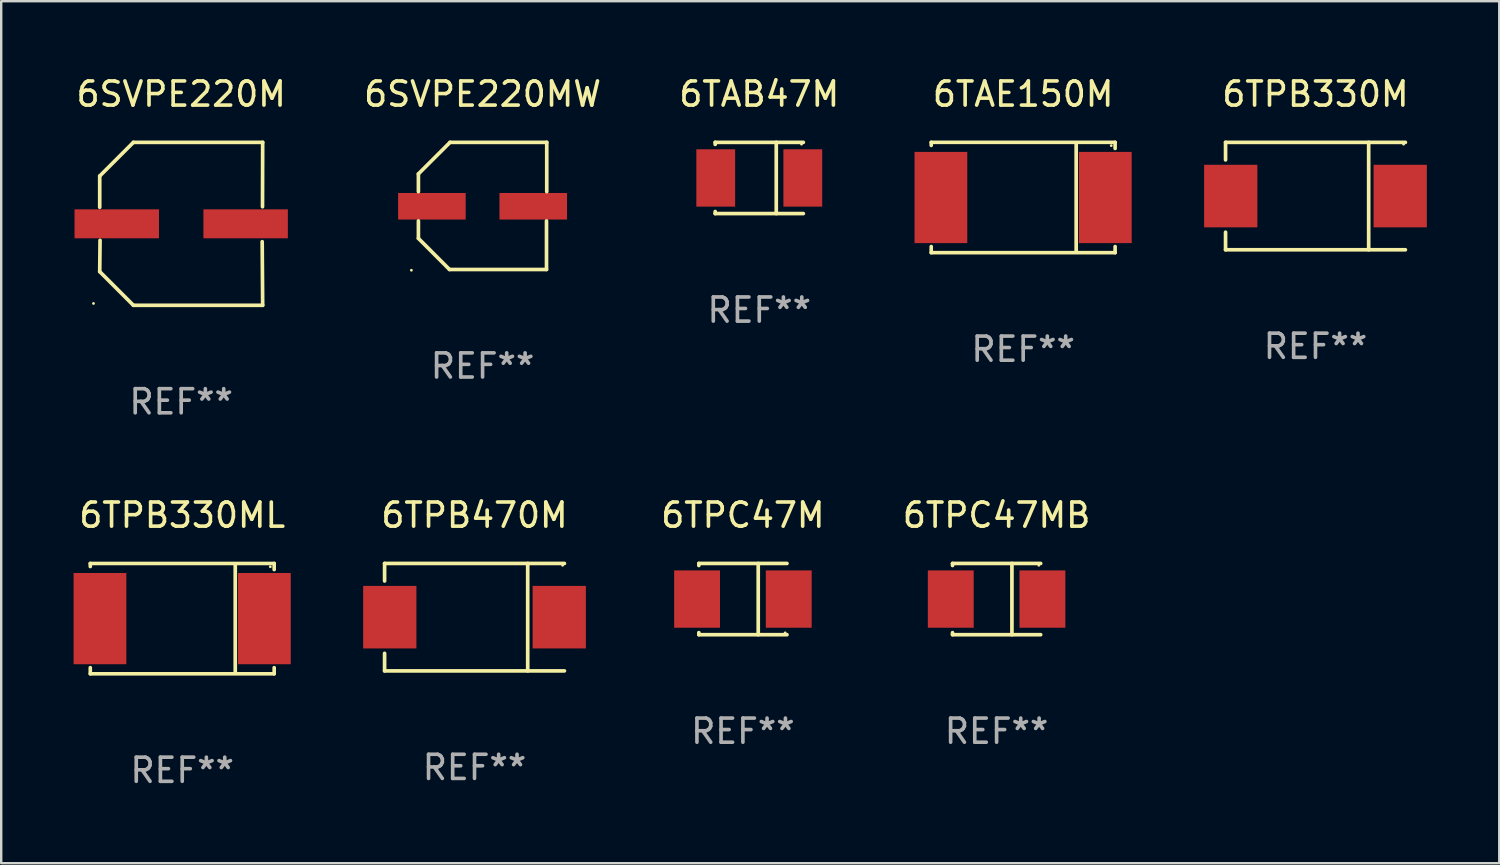
<source format=kicad_pcb>
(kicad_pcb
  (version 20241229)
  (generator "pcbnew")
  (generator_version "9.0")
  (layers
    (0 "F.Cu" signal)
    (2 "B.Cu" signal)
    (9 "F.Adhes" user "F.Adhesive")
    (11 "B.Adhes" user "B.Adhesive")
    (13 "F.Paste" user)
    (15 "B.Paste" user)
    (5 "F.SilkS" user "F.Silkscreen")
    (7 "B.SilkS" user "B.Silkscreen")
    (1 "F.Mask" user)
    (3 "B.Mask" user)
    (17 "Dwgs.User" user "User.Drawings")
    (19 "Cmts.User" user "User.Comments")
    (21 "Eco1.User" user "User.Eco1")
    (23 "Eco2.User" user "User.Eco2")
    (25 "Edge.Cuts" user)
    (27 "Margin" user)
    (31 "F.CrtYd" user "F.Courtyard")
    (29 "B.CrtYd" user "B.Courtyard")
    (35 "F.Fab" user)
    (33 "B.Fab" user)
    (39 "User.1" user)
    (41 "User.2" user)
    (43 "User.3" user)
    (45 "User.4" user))
  (footprint "6TPC47MB"
    (layer "F.Cu")
    (at 38.245 21.773)
    (property "Reference" "6TPC47MB" (at 0 -3.476 0) (layer "F.SilkS") (effects (font (size 1 1) (thickness 0.15))))
    (attr through_hole)
    (fp_line (start -1.826 -1.476) (end -1.826 -1.391) (stroke (width 0.152) (type solid)) (layer "F.SilkS"))
    (fp_line (start -1.826 -1.476) (end 1.826 -1.476) (stroke (width 0.152) (type solid)) (layer "F.SilkS"))
    (fp_line (start -1.826 1.476) (end -1.826 1.391) (stroke (width 0.152) (type solid)) (layer "F.SilkS"))
    (fp_line (start -1.826 1.476) (end 1.826 1.476) (stroke (width 0.152) (type solid)) (layer "F.SilkS"))
    (fp_line (start 0.635 -1.476) (end 0.635 1.476) (stroke (width 0.152) (type solid)) (layer "F.SilkS"))
    (fp_circle (center 1.75 -1.4) (end 1.78 -1.4) (stroke (width 0.06) (type solid)) (fill no) (layer "F.SilkS"))
    (fp_text user "REF**" (at 0 5.476 0) (layer "F.Fab") (effects (font (size 1 1) (thickness 0.15))))
    (pad "1" smd rect (at 1.899 0) (size 1.9 2.376) (layers "F.Cu" "F.Mask" "F.Paste"))
    (pad "2" smd rect (at -1.899 0) (size 1.9 2.376) (layers "F.Cu" "F.Mask" "F.Paste")))
  (footprint "6TAB47M"
    (layer "F.Cu")
    (at 28.411 4.324)
    (property "Reference" "6TAB47M" (at 0 -3.476 0) (layer "F.SilkS") (effects (font (size 1 1) (thickness 0.15))))
    (attr through_hole)
    (fp_line (start -1.826 -1.476) (end -1.826 -1.391) (stroke (width 0.152) (type solid)) (layer "F.SilkS"))
    (fp_line (start -1.826 -1.476) (end 1.826 -1.476) (stroke (width 0.152) (type solid)) (layer "F.SilkS"))
    (fp_line (start -1.826 1.476) (end -1.826 1.391) (stroke (width 0.152) (type solid)) (layer "F.SilkS"))
    (fp_line (start -1.826 1.476) (end 1.826 1.476) (stroke (width 0.152) (type solid)) (layer "F.SilkS"))
    (fp_line (start 0.704 -1.476) (end 0.704 1.476) (stroke (width 0.152) (type solid)) (layer "F.SilkS"))
    (fp_circle (center 1.75 -1.4) (end 1.78 -1.4) (stroke (width 0.06) (type solid)) (fill no) (layer "F.SilkS"))
    (fp_text user "REF**" (at 0 5.476 0) (layer "F.Fab") (effects (font (size 1 1) (thickness 0.15))))
    (pad "1" smd rect (at 1.804 0) (size 1.607 2.376) (layers "F.Cu" "F.Mask" "F.Paste"))
    (pad "2" smd rect (at -1.804 0) (size 1.607 2.376) (layers "F.Cu" "F.Mask" "F.Paste")))
  (footprint "6TPC47M"
    (layer "F.Cu")
    (at 27.733 21.773)
    (property "Reference" "6TPC47M" (at 0 -3.476 0) (layer "F.SilkS") (effects (font (size 1 1) (thickness 0.15))))
    (attr through_hole)
    (fp_line (start -1.826 -1.476) (end -1.826 -1.391) (stroke (width 0.152) (type solid)) (layer "F.SilkS"))
    (fp_line (start -1.826 -1.476) (end 1.826 -1.476) (stroke (width 0.152) (type solid)) (layer "F.SilkS"))
    (fp_line (start -1.826 1.476) (end -1.826 1.391) (stroke (width 0.152) (type solid)) (layer "F.SilkS"))
    (fp_line (start -1.826 1.476) (end 1.826 1.476) (stroke (width 0.152) (type solid)) (layer "F.SilkS"))
    (fp_line (start 0.635 -1.476) (end 0.635 1.476) (stroke (width 0.152) (type solid)) (layer "F.SilkS"))
    (fp_circle (center 1.75 1.4) (end 1.78 1.4) (stroke (width 0.06) (type solid)) (fill no) (layer "F.SilkS"))
    (fp_text user "REF**" (at 0 5.476 0) (layer "F.Fab") (effects (font (size 1 1) (thickness 0.15))))
    (pad "1" smd rect (at 1.899 0.000051) (size 1.9 2.376) (layers "F.Cu" "F.Mask" "F.Paste"))
    (pad "2" smd rect (at -1.899 0.000051) (size 1.9 2.376) (layers "F.Cu" "F.Mask" "F.Paste")))
  (footprint "6TPB330M"
    (layer "F.Cu")
    (at 51.458 5.074)
    (property "Reference" "6TPB330M" (at 0 -4.226 0) (layer "F.SilkS") (effects (font (size 1 1) (thickness 0.15))))
    (attr through_hole)
    (fp_line (start -3.726 -2.226) (end -3.726 -1.499) (stroke (width 0.152) (type solid)) (layer "F.SilkS"))
    (fp_line (start -3.726 -2.226) (end 3.726 -2.226) (stroke (width 0.152) (type solid)) (layer "F.SilkS"))
    (fp_line (start -3.726 2.226) (end -3.726 1.499) (stroke (width 0.152) (type solid)) (layer "F.SilkS"))
    (fp_line (start -3.726 2.226) (end 3.726 2.226) (stroke (width 0.152) (type solid)) (layer "F.SilkS"))
    (fp_line (start 2.204 -2.226) (end 2.204 2.226) (stroke (width 0.152) (type solid)) (layer "F.SilkS"))
    (fp_circle (center 3.65 -2.15) (end 3.68 -2.15) (stroke (width 0.06) (type solid)) (fill no) (layer "F.SilkS"))
    (fp_text user "REF**" (at 0 6.226 0) (layer "F.Fab") (effects (font (size 1 1) (thickness 0.15))))
    (pad "1" smd rect (at 3.511 0) (size 2.207 2.592) (layers "F.Cu" "F.Mask" "F.Paste"))
    (pad "2" smd rect (at -3.511 0) (size 2.207 2.592) (layers "F.Cu" "F.Mask" "F.Paste")))
  (footprint "6SVPE220MW"
    (layer "F.Cu")
    (at 16.946 5.482)
    (property "Reference" "6SVPE220MW" (at 0 -4.634 0) (layer "F.SilkS") (effects (font (size 1 1) (thickness 0.15))))
    (attr through_hole)
    (fp_line (start -2.659 -1.326) (end -2.659 -0.592) (stroke (width 0.152) (type solid)) (layer "F.SilkS"))
    (fp_line (start -2.659 1.346) (end -2.659 0.622) (stroke (width 0.152) (type solid)) (layer "F.SilkS"))
    (fp_line (start -1.372 2.634) (end -2.659 1.346) (stroke (width 0.152) (type solid)) (layer "F.SilkS"))
    (fp_line (start -1.349 -2.634) (end -2.659 -1.326) (stroke (width 0.152) (type solid)) (layer "F.SilkS"))
    (fp_line (start 2.649 0.622) (end 2.649 2.634) (stroke (width 0.152) (type solid)) (layer "F.SilkS"))
    (fp_line (start 2.649 2.634) (end -1.372 2.634) (stroke (width 0.152) (type solid)) (layer "F.SilkS"))
    (fp_line (start 2.659 -2.634) (end -1.349 -2.634) (stroke (width 0.152) (type solid)) (layer "F.SilkS"))
    (fp_line (start 2.659 -0.592) (end 2.659 -2.634) (stroke (width 0.152) (type solid)) (layer "F.SilkS"))
    (fp_circle (center -2.95 2.665) (end -2.92 2.665) (stroke (width 0.06) (type solid)) (fill no) (layer "F.SilkS"))
    (fp_text user "REF**" (at 0 6.634 0) (layer "F.Fab") (effects (font (size 1 1) (thickness 0.15))))
    (pad "1" smd rect (at -2.1 0.015) (size 2.8 1.1) (layers "F.Cu" "F.Mask" "F.Paste"))
    (pad "2" smd rect (at 2.1 0.015) (size 2.8 1.1) (layers "F.Cu" "F.Mask" "F.Paste")))
  (footprint "6SVPE220M"
    (layer "F.Cu")
    (at 4.458 6.224)
    (property "Reference" "6SVPE220M" (at 0 -5.376 0) (layer "F.SilkS") (effects (font (size 1 1) (thickness 0.15))))
    (attr through_hole)
    (fp_line (start -3.376 -1.98) (end -3.376 -0.686) (stroke (width 0.152) (type solid)) (layer "F.SilkS"))
    (fp_line (start -3.376 1.981) (end -3.362 0.686) (stroke (width 0.152) (type solid)) (layer "F.SilkS"))
    (fp_line (start -1.981 3.376) (end -3.376 1.981) (stroke (width 0.152) (type solid)) (layer "F.SilkS"))
    (fp_line (start -1.98 -3.376) (end -3.376 -1.98) (stroke (width 0.152) (type solid)) (layer "F.SilkS"))
    (fp_line (start 3.356 0.74) (end 3.376 3.376) (stroke (width 0.152) (type solid)) (layer "F.SilkS"))
    (fp_line (start 3.369 -0.707) (end 3.376 -3.376) (stroke (width 0.152) (type solid)) (layer "F.SilkS"))
    (fp_line (start 3.376 3.376) (end -1.981 3.376) (stroke (width 0.152) (type solid)) (layer "F.SilkS"))
    (fp_line (start 3.376 -3.376) (end -1.98 -3.376) (stroke (width 0.152) (type solid)) (layer "F.SilkS"))
    (fp_circle (center -3.634 3.3) (end -3.604 3.3) (stroke (width 0.06) (type solid)) (fill no) (layer "F.SilkS"))
    (fp_text user "REF**" (at 0 7.376 0) (layer "F.Fab") (effects (font (size 1 1) (thickness 0.15))))
    (pad "1" smd rect (at -2.67 0.000254) (size 3.5 1.2) (layers "F.Cu" "F.Mask" "F.Paste"))
    (pad "2" smd rect (at 2.67 0.000254) (size 3.5 1.2) (layers "F.Cu" "F.Mask" "F.Paste")))
  (footprint "6TPB330ML"
    (layer "F.Cu")
    (at 4.501 22.583)
    (property "Reference" "6TPB330ML" (at 0 -4.286 0) (layer "F.SilkS") (effects (font (size 1 1) (thickness 0.15))))
    (attr through_hole)
    (fp_line (start -3.81 -2.286) (end -3.81 -2.159) (stroke (width 0.15) (type solid)) (layer "F.SilkS"))
    (fp_line (start -3.81 2.032) (end -3.81 2.286) (stroke (width 0.15) (type solid)) (layer "F.SilkS"))
    (fp_line (start -3.81 2.286) (end 3.81 2.286) (stroke (width 0.15) (type solid)) (layer "F.SilkS"))
    (fp_line (start 2.197 -2.226) (end 2.197 2.226) (stroke (width 0.152) (type solid)) (layer "F.SilkS"))
    (fp_line (start 3.81 -2.286) (end -3.81 -2.286) (stroke (width 0.15) (type solid)) (layer "F.SilkS"))
    (fp_line (start 3.81 -2.032) (end 3.81 -2.286) (stroke (width 0.15) (type solid)) (layer "F.SilkS"))
    (fp_line (start 3.81 2.286) (end 3.81 2.032) (stroke (width 0.15) (type solid)) (layer "F.SilkS"))
    (fp_circle (center 3.65 -2.15) (end 3.68 -2.15) (stroke (width 0.06) (type solid)) (fill no) (layer "F.SilkS"))
    (fp_text user "REF**" (at 0 6.286 0) (layer "F.Fab") (effects (font (size 1 1) (thickness 0.15))))
    (pad "1" smd rect (at 3.404 0 180) (size 2.185 3.78) (layers "F.Cu" "F.Mask" "F.Paste"))
    (pad "2" smd rect (at -3.409 0 180) (size 2.185 3.78) (layers "F.Cu" "F.Mask" "F.Paste")))
  (footprint "6TPB470M"
    (layer "F.Cu")
    (at 16.612 22.523)
    (property "Reference" "6TPB470M" (at 0 -4.226 0) (layer "F.SilkS") (effects (font (size 1 1) (thickness 0.15))))
    (attr through_hole)
    (fp_line (start -3.726 -2.226) (end -3.726 -1.499) (stroke (width 0.152) (type solid)) (layer "F.SilkS"))
    (fp_line (start -3.726 -2.226) (end 3.726 -2.226) (stroke (width 0.152) (type solid)) (layer "F.SilkS"))
    (fp_line (start -3.726 2.226) (end -3.726 1.499) (stroke (width 0.152) (type solid)) (layer "F.SilkS"))
    (fp_line (start -3.726 2.226) (end 3.726 2.226) (stroke (width 0.152) (type solid)) (layer "F.SilkS"))
    (fp_line (start 2.204 -2.226) (end 2.204 2.226) (stroke (width 0.152) (type solid)) (layer "F.SilkS"))
    (fp_circle (center 3.65 -2.15) (end 3.68 -2.15) (stroke (width 0.06) (type solid)) (fill no) (layer "F.SilkS"))
    (fp_text user "REF**" (at 0 6.226 0) (layer "F.Fab") (effects (font (size 1 1) (thickness 0.15))))
    (pad "1" smd rect (at 3.511 0) (size 2.207 2.592) (layers "F.Cu" "F.Mask" "F.Paste"))
    (pad "2" smd rect (at -3.511 0) (size 2.207 2.592) (layers "F.Cu" "F.Mask" "F.Paste")))
  (footprint "6TAE150M"
    (layer "F.Cu")
    (at 39.346 5.134)
    (property "Reference" "6TAE150M" (at 0 -4.286 0) (layer "F.SilkS") (effects (font (size 1 1) (thickness 0.15))))
    (attr through_hole)
    (fp_line (start -3.81 -2.286) (end -3.81 -2.159) (stroke (width 0.15) (type solid)) (layer "F.SilkS"))
    (fp_line (start -3.81 2.032) (end -3.81 2.286) (stroke (width 0.15) (type solid)) (layer "F.SilkS"))
    (fp_line (start -3.81 2.286) (end 3.81 2.286) (stroke (width 0.15) (type solid)) (layer "F.SilkS"))
    (fp_line (start 2.197 -2.226) (end 2.197 2.226) (stroke (width 0.152) (type solid)) (layer "F.SilkS"))
    (fp_line (start 3.81 -2.286) (end -3.81 -2.286) (stroke (width 0.15) (type solid)) (layer "F.SilkS"))
    (fp_line (start 3.81 -2.032) (end 3.81 -2.286) (stroke (width 0.15) (type solid)) (layer "F.SilkS"))
    (fp_line (start 3.81 2.286) (end 3.81 2.032) (stroke (width 0.15) (type solid)) (layer "F.SilkS"))
    (fp_circle (center 3.65 -2.15) (end 3.68 -2.15) (stroke (width 0.06) (type solid)) (fill no) (layer "F.SilkS"))
    (fp_text user "REF**" (at 0 6.286 0) (layer "F.Fab") (effects (font (size 1 1) (thickness 0.15))))
    (pad "1" smd rect (at 3.404 0 180) (size 2.185 3.78) (layers "F.Cu" "F.Mask" "F.Paste"))
    (pad "2" smd rect (at -3.409 0 180) (size 2.185 3.78) (layers "F.Cu" "F.Mask" "F.Paste")))
  (gr_rect
    (start -3 -3)
    (end 59.073 32.717)
    (stroke (width 0.1) (type default))
    (fill no)
    (layer "Edge.Cuts")))
</source>
